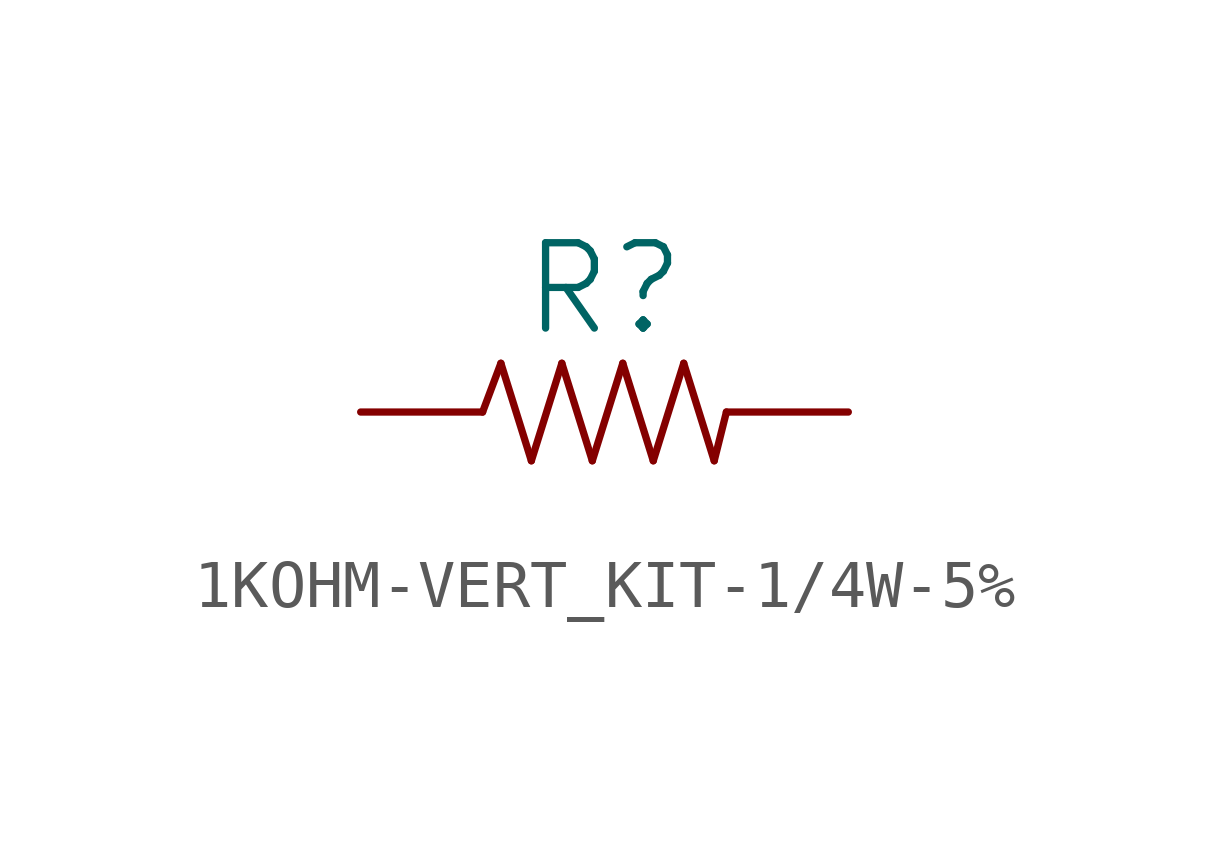
<source format=kicad_sym>
(kicad_symbol_lib
  (version 20220914)
  (generator kicad_symbol_editor)
  (symbol "1KOHM-VERT_KIT-1/4W-5%"
    (property "Reference" "R"
      (at 0 1.524 0)
      (effects (font (size 1.778 1.778)) (justify bottom)))
    (property "Value" ""
      (at 0 -1.524 0)
      (effects (font (size 1.778 1.778)) (justify top)))
    (property "ki_locked" ""
      (at 0 0 0)
      (effects (font (size 1.27 1.27))))
    (symbol "1KOHM-VERT_KIT-1/4W-5%_1_0"
      (polyline (pts (xy -2.54 0) (xy -2.159 1.016)) (stroke (width 0.152) (type solid)) (fill (type none)))
      (polyline (pts (xy -2.159 1.016) (xy -1.524 -1.016)) (stroke (width 0.152) (type solid)) (fill (type none)))
      (polyline (pts (xy -1.524 -1.016) (xy -0.889 1.016)) (stroke (width 0.152) (type solid)) (fill (type none)))
      (polyline (pts (xy -0.889 1.016) (xy -0.254 -1.016)) (stroke (width 0.152) (type solid)) (fill (type none)))
      (polyline (pts (xy -0.254 -1.016) (xy 0.381 1.016)) (stroke (width 0.152) (type solid)) (fill (type none)))
      (polyline (pts (xy 0.381 1.016) (xy 1.016 -1.016)) (stroke (width 0.152) (type solid)) (fill (type none)))
      (polyline (pts (xy 1.016 -1.016) (xy 1.651 1.016)) (stroke (width 0.152) (type solid)) (fill (type none)))
      (polyline (pts (xy 1.651 1.016) (xy 2.286 -1.016)) (stroke (width 0.152) (type solid)) (fill (type none)))
      (polyline (pts (xy 2.286 -1.016) (xy 2.54 0)) (stroke (width 0.152) (type solid)) (fill (type none)))
      (pin passive line (at -5.08 0 0) (length 2.54) (name "1" (effects (font (size 0 0)))) (number "P$1" (effects (font (size 0 0)))))
      (pin passive line (at 5.08 0 180) (length 2.54) (name "2" (effects (font (size 0 0)))) (number "P$2" (effects (font (size 0 0))))))))
</source>
